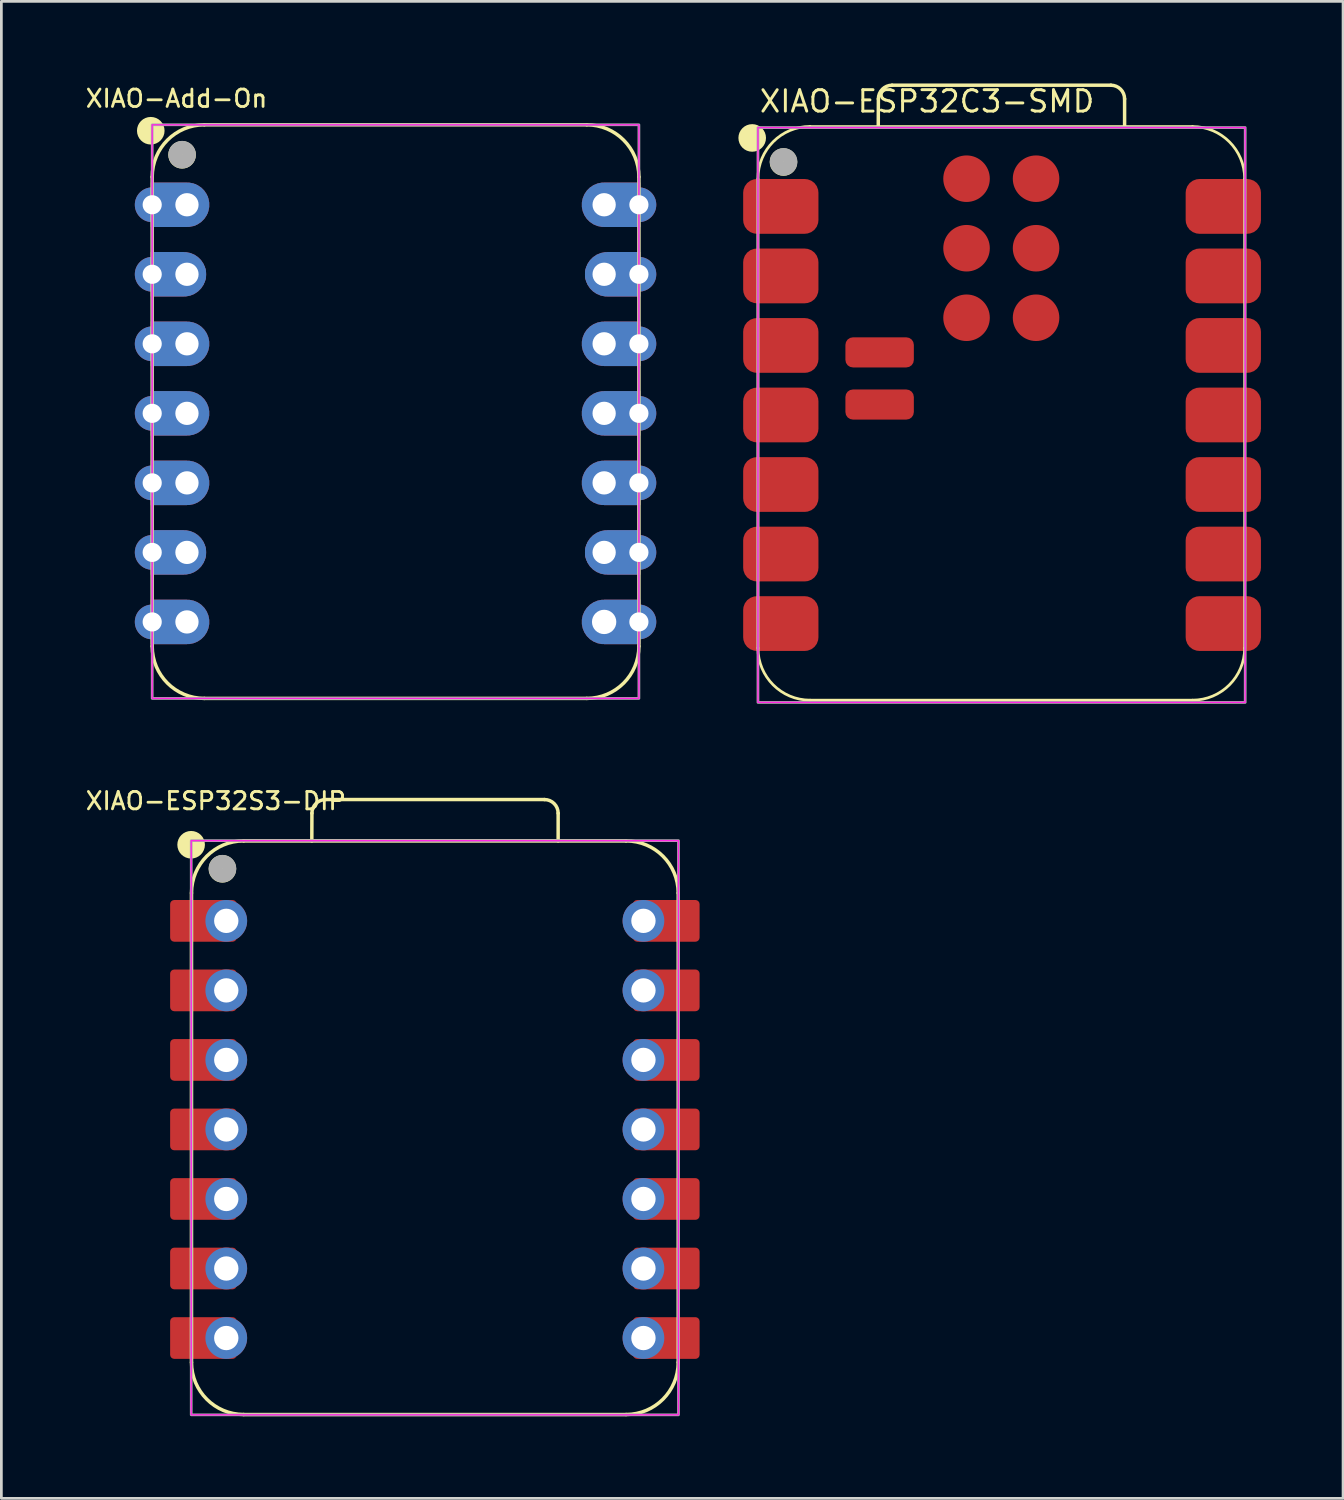
<source format=kicad_pcb>
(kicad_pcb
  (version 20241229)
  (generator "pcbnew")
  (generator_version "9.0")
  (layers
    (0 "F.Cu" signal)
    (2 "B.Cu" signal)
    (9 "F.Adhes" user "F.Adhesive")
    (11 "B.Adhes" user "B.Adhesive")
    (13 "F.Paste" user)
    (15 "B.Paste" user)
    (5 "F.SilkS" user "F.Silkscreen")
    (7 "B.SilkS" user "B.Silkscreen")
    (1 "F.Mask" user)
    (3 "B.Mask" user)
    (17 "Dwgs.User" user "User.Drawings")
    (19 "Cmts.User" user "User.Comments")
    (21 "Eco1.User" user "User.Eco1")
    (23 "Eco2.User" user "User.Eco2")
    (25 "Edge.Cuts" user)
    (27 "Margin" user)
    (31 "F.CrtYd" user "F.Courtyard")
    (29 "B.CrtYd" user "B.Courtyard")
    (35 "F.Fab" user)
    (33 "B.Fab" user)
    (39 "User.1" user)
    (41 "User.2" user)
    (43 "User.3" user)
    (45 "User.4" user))
  (footprint "XIAO-ESP32S3-DIP"
    (layer "F.Cu")
    (at 12.836 38.21)
    (property "Reference" "XIAO-ESP32S3-DIP" (at -8 -12 0) (unlocked yes) (layer "F.SilkS") (effects (font (size 0.635 0.635) (thickness 0.102))))
    (attr smd)
    (fp_line (start -8.89 8.509) (end -8.89 -8.636) (stroke (width 0.127) (type solid)) (layer "F.SilkS"))
    (fp_line (start -6.985 10.414) (end 6.985 10.414) (stroke (width 0.127) (type solid)) (layer "F.SilkS"))
    (fp_line (start -4.495 -10.541) (end -4.491 -11.551) (stroke (width 0.127) (type solid)) (layer "F.SilkS"))
    (fp_line (start -3.991 -12.051) (end 4.004 -12.051) (stroke (width 0.127) (type solid)) (layer "F.SilkS"))
    (fp_line (start 4.504 -11.551) (end 4.504 -10.541) (stroke (width 0.127) (type solid)) (layer "F.SilkS"))
    (fp_line (start 6.985 -10.541) (end -6.985 -10.541) (stroke (width 0.1) (type solid)) (layer "F.SilkS"))
    (fp_line (start 6.985 -10.541) (end -6.985 -10.541) (stroke (width 0.127) (type solid)) (layer "F.SilkS"))
    (fp_line (start 8.89 8.509) (end 8.89 -8.636) (stroke (width 0.127) (type solid)) (layer "F.SilkS"))
    (fp_arc (start -8.89 -8.636) (mid -8.332038 -9.983038) (end -6.985 -10.541) (stroke (width 0.127) (type solid)) (layer "F.SilkS"))
    (fp_arc (start -6.985 10.414) (mid -8.332038 9.856038) (end -8.89 8.509) (stroke (width 0.127) (type solid)) (layer "F.SilkS"))
    (fp_arc (start -4.491272 -11.551272) (mid -4.344728 -11.90464) (end -3.991272 -12.051) (stroke (width 0.127) (type default)) (layer "F.SilkS"))
    (fp_arc (start 4.004 -12.051) (mid 4.357553 -11.904553) (end 4.504 -11.551) (stroke (width 0.127) (type default)) (layer "F.SilkS"))
    (fp_arc (start 6.985 -10.541) (mid 8.332038 -9.983038) (end 8.89 -8.636) (stroke (width 0.127) (type solid)) (layer "F.SilkS"))
    (fp_arc (start 8.89 8.509) (mid 8.332038 9.856038) (end 6.985 10.414) (stroke (width 0.127) (type solid)) (layer "F.SilkS"))
    (fp_circle (center -8.904 -10.4) (end -8.904 -10.654) (stroke (width 0.5) (type solid)) (fill yes) (layer "F.SilkS"))
    (fp_circle (center -7.761 -9.52) (end -7.761 -9.774) (stroke (width 0.5) (type solid)) (fill yes) (layer "F.SilkS"))
    (fp_rect (start -8.9 -10.55) (end 8.9 10.425) (stroke (width 0.05) (type default)) (fill no) (layer "F.CrtYd"))
    (fp_rect (start -8.9 -10.55) (end 8.9 10.425) (stroke (width 0.1) (type default)) (fill no) (layer "F.Fab"))
    (fp_circle (center -7.758 -9.526) (end -7.758 -9.78) (stroke (width 0.5) (type solid)) (fill no) (layer "F.Fab"))
    (pad "1" smd roundrect (at -8.455 -7.62 180) (size 2.432 1.524) (layers "F.Cu" "F.Mask") (roundrect_rratio 0.1))
    (pad "1" thru_hole circle (at -7.62 -7.62 180) (size 1.524 1.524) (drill 0.889) (layers "*.Cu" "*.Mask"))
    (pad "2" smd roundrect (at -8.455 -5.08 180) (size 2.432 1.524) (layers "F.Cu" "F.Mask") (roundrect_rratio 0.1))
    (pad "2" thru_hole circle (at -7.62 -5.08 180) (size 1.524 1.524) (drill 0.889) (layers "*.Cu" "*.Mask"))
    (pad "3" smd roundrect (at -8.455 -2.54 180) (size 2.432 1.524) (layers "F.Cu" "F.Mask") (roundrect_rratio 0.1))
    (pad "3" thru_hole circle (at -7.62 -2.54 180) (size 1.524 1.524) (drill 0.889) (layers "*.Cu" "*.Mask"))
    (pad "4" smd roundrect (at -8.455 0 180) (size 2.432 1.524) (layers "F.Cu" "F.Mask") (roundrect_rratio 0.1))
    (pad "4" thru_hole circle (at -7.62 0 180) (size 1.524 1.524) (drill 0.889) (layers "*.Cu" "*.Mask"))
    (pad "5" smd roundrect (at -8.455 2.54 180) (size 2.432 1.524) (layers "F.Cu" "F.Mask") (roundrect_rratio 0.1))
    (pad "5" thru_hole circle (at -7.62 2.54 180) (size 1.524 1.524) (drill 0.889) (layers "*.Cu" "*.Mask"))
    (pad "6" smd roundrect (at -8.455 5.08 180) (size 2.432 1.524) (layers "F.Cu" "F.Mask") (roundrect_rratio 0.1))
    (pad "6" thru_hole circle (at -7.62 5.08 180) (size 1.524 1.524) (drill 0.889) (layers "*.Cu" "*.Mask"))
    (pad "7" smd roundrect (at -8.455 7.62 180) (size 2.432 1.524) (layers "F.Cu" "F.Mask") (roundrect_rratio 0.1))
    (pad "7" thru_hole circle (at -7.62 7.62 180) (size 1.524 1.524) (drill 0.889) (layers "*.Cu" "*.Mask"))
    (pad "8" thru_hole circle (at 7.62 7.62) (size 1.524 1.524) (drill 0.889) (layers "*.Cu" "*.Mask"))
    (pad "8" smd roundrect (at 8.455 7.62) (size 2.432 1.524) (layers "F.Cu" "F.Mask") (roundrect_rratio 0.1))
    (pad "9" thru_hole circle (at 7.62 5.08) (size 1.524 1.524) (drill 0.889) (layers "*.Cu" "*.Mask"))
    (pad "9" smd roundrect (at 8.455 5.08) (size 2.432 1.524) (layers "F.Cu" "F.Mask") (roundrect_rratio 0.1))
    (pad "10" thru_hole circle (at 7.62 2.54) (size 1.524 1.524) (drill 0.889) (layers "*.Cu" "*.Mask"))
    (pad "10" smd roundrect (at 8.455 2.54) (size 2.432 1.524) (layers "F.Cu" "F.Mask") (roundrect_rratio 0.1))
    (pad "11" thru_hole circle (at 7.62 0) (size 1.524 1.524) (drill 0.889) (layers "*.Cu" "*.Mask"))
    (pad "11" smd roundrect (at 8.455 0) (size 2.432 1.524) (layers "F.Cu" "F.Mask") (roundrect_rratio 0.1))
    (pad "12" thru_hole circle (at 7.62 -2.54) (size 1.524 1.524) (drill 0.889) (layers "*.Cu" "*.Mask"))
    (pad "12" smd roundrect (at 8.455 -2.54) (size 2.432 1.524) (layers "F.Cu" "F.Mask") (roundrect_rratio 0.1))
    (pad "13" thru_hole circle (at 7.62 -5.08) (size 1.524 1.524) (drill 0.889) (layers "*.Cu" "*.Mask"))
    (pad "13" smd roundrect (at 8.455 -5.08) (size 2.432 1.524) (layers "F.Cu" "F.Mask") (roundrect_rratio 0.1))
    (pad "14" thru_hole circle (at 7.62 -7.62) (size 1.524 1.524) (drill 0.889) (layers "*.Cu" "*.Mask"))
    (pad "14" smd roundrect (at 8.455 -7.62) (size 2.432 1.524) (layers "F.Cu" "F.Mask") (roundrect_rratio 0.1)))
  (footprint "XIAO-ESP32C3-SMD"
    (layer "F.Cu")
    (at 33.474 12.07)
    (property "Reference" "XIAO-ESP32C3-SMD" (at -8.835 -10.96 0) (layer "F.SilkS") (effects (font (size 0.782 0.782) (thickness 0.107)) (justify left bottom)))
    (fp_line (start -8.835 8.553) (end -8.835 -8.592) (stroke (width 0.1) (type solid)) (layer "F.SilkS"))
    (fp_line (start -6.93 10.458) (end 7.04 10.458) (stroke (width 0.1) (type solid)) (layer "F.SilkS"))
    (fp_line (start -4.44 -10.497) (end -4.436 -11.507) (stroke (width 0.127) (type solid)) (layer "F.SilkS"))
    (fp_line (start -3.936 -12.007) (end 4.059 -12.007) (stroke (width 0.127) (type solid)) (layer "F.SilkS"))
    (fp_line (start 4.559 -11.507) (end 4.559 -10.497) (stroke (width 0.127) (type solid)) (layer "F.SilkS"))
    (fp_line (start 7.04 -10.497) (end -6.93 -10.497) (stroke (width 0.1) (type solid)) (layer "F.SilkS"))
    (fp_line (start 8.945 8.553) (end 8.945 -8.592) (stroke (width 0.1) (type solid)) (layer "F.SilkS"))
    (fp_arc (start -8.835 -8.596) (mid -8.277038 -9.943038) (end -6.93 -10.501) (stroke (width 0.1) (type solid)) (layer "F.SilkS"))
    (fp_arc (start -6.93 10.458) (mid -8.277038 9.900038) (end -8.835 8.553) (stroke (width 0.1) (type solid)) (layer "F.SilkS"))
    (fp_arc (start -4.436272 -11.507272) (mid -4.289724 -11.860644) (end -3.936272 -12.007) (stroke (width 0.127) (type default)) (layer "F.SilkS"))
    (fp_arc (start 4.059 -12.007) (mid 4.412553 -11.860553) (end 4.559 -11.507) (stroke (width 0.127) (type default)) (layer "F.SilkS"))
    (fp_arc (start 7.04 -10.497) (mid 8.387038 -9.939038) (end 8.945 -8.592) (stroke (width 0.1) (type solid)) (layer "F.SilkS"))
    (fp_arc (start 8.945 8.553) (mid 8.387038 9.900038) (end 7.04 10.458) (stroke (width 0.1) (type solid)) (layer "F.SilkS"))
    (fp_circle (center -9.045 -10.081) (end -9.045 -10.335) (stroke (width 0.5) (type solid)) (fill yes) (layer "F.SilkS"))
    (fp_circle (center -7.902 -9.201) (end -7.902 -9.455) (stroke (width 0.5) (type solid)) (fill yes) (layer "F.SilkS"))
    (fp_rect (start 8.965 10.54) (end -8.835 -10.46) (stroke (width 0.05) (type default)) (fill no) (layer "F.CrtYd"))
    (fp_rect (start -8.835 -10.46) (end 8.965 10.54) (stroke (width 0.1) (type default)) (fill no) (layer "F.Fab"))
    (fp_circle (center -7.899 -9.207) (end -7.899 -9.461) (stroke (width 0.5) (type solid)) (fill no) (layer "F.Fab"))
    (pad "1" smd roundrect (at -8 -7.58) (size 2.75 2) (layers "F.Cu" "F.Mask" "F.Paste") (roundrect_rratio 0.25))
    (pad "2" smd roundrect (at -8 -5.04) (size 2.75 2) (layers "F.Cu" "F.Mask" "F.Paste") (roundrect_rratio 0.25))
    (pad "3" smd roundrect (at -8 -2.5) (size 2.75 2) (layers "F.Cu" "F.Mask" "F.Paste") (roundrect_rratio 0.25))
    (pad "4" smd roundrect (at -8 0.04) (size 2.75 2) (layers "F.Cu" "F.Mask" "F.Paste") (roundrect_rratio 0.25))
    (pad "5" smd roundrect (at -8 2.58) (size 2.75 2) (layers "F.Cu" "F.Mask" "F.Paste") (roundrect_rratio 0.25))
    (pad "6" smd roundrect (at -8 5.12) (size 2.75 2) (layers "F.Cu" "F.Mask" "F.Paste") (roundrect_rratio 0.25))
    (pad "7" smd roundrect (at -8 7.66) (size 2.75 2) (layers "F.Cu" "F.Mask" "F.Paste") (roundrect_rratio 0.25))
    (pad "8" smd roundrect (at 8.165 7.66) (size 2.75 2) (layers "F.Cu" "F.Mask" "F.Paste") (roundrect_rratio 0.25))
    (pad "9" smd roundrect (at 8.165 5.12) (size 2.75 2) (layers "F.Cu" "F.Mask" "F.Paste") (roundrect_rratio 0.25))
    (pad "10" smd roundrect (at 8.165 2.58) (size 2.75 2) (layers "F.Cu" "F.Mask" "F.Paste") (roundrect_rratio 0.25))
    (pad "11" smd roundrect (at 8.165 0.04) (size 2.75 2) (layers "F.Cu" "F.Mask" "F.Paste") (roundrect_rratio 0.25))
    (pad "12" smd roundrect (at 8.165 -2.5) (size 2.75 2) (layers "F.Cu" "F.Mask" "F.Paste") (roundrect_rratio 0.25))
    (pad "13" smd roundrect (at 8.165 -5.04) (size 2.75 2) (layers "F.Cu" "F.Mask" "F.Paste") (roundrect_rratio 0.25))
    (pad "14" smd roundrect (at 8.165 -7.58) (size 2.75 2) (layers "F.Cu" "F.Mask" "F.Paste") (roundrect_rratio 0.25))
    (pad "15" smd roundrect (at -4.39 -0.342 180) (size 2.5 1.1) (layers "F.Cu" "F.Mask" "F.Paste") (roundrect_rratio 0.25))
    (pad "16" smd roundrect (at -4.39 -2.247 180) (size 2.5 1.1) (layers "F.Cu" "F.Mask" "F.Paste") (roundrect_rratio 0.25))
    (pad "17" smd circle (at -1.215 -8.592) (size 1.7 1.7) (layers "F.Cu" "F.Mask" "F.Paste"))
    (pad "18" smd circle (at 1.325 -8.592) (size 1.7 1.7) (layers "F.Cu" "F.Mask" "F.Paste"))
    (pad "19" smd circle (at -1.215 -6.052) (size 1.7 1.7) (layers "F.Cu" "F.Mask" "F.Paste"))
    (pad "20" smd circle (at 1.325 -6.052) (size 1.7 1.7) (layers "F.Cu" "F.Mask" "F.Paste"))
    (pad "21" smd circle (at -1.215 -3.512) (size 1.7 1.7) (layers "F.Cu" "F.Mask" "F.Paste"))
    (pad "22" smd circle (at 1.325 -3.512) (size 1.7 1.7) (layers "F.Cu" "F.Mask" "F.Paste")))
  (footprint "XIAO-Add-On"
    (layer "F.Cu")
    (at 11.4 12.05)
    (property "Reference" "XIAO-Add-On" (at -8 -11.5 0) (unlocked yes) (layer "F.SilkS") (effects (font (size 0.635 0.635) (thickness 0.102))))
    (attr smd)
    (fp_line (start -8.89 8.509) (end -8.89 -8.636) (stroke (width 0.127) (type solid)) (layer "F.SilkS"))
    (fp_line (start -6.985 10.414) (end 6.985 10.414) (stroke (width 0.127) (type solid)) (layer "F.SilkS"))
    (fp_line (start 6.985 -10.541) (end -6.985 -10.541) (stroke (width 0.127) (type solid)) (layer "F.SilkS"))
    (fp_line (start 8.89 8.509) (end 8.89 -8.636) (stroke (width 0.127) (type solid)) (layer "F.SilkS"))
    (fp_arc (start -8.89 -8.636) (mid -8.332038 -9.983038) (end -6.985 -10.541) (stroke (width 0.127) (type solid)) (layer "F.SilkS"))
    (fp_arc (start -6.985 10.414) (mid -8.332038 9.856038) (end -8.89 8.509) (stroke (width 0.127) (type solid)) (layer "F.SilkS"))
    (fp_arc (start 6.985 -10.541) (mid 8.332038 -9.983038) (end 8.89 -8.636) (stroke (width 0.127) (type solid)) (layer "F.SilkS"))
    (fp_arc (start 8.89 8.509) (mid 8.332038 9.856038) (end 6.985 10.414) (stroke (width 0.127) (type solid)) (layer "F.SilkS"))
    (fp_circle (center -8.942 -10.324) (end -8.942 -10.578) (stroke (width 0.5) (type solid)) (fill yes) (layer "F.SilkS"))
    (fp_circle (center -7.799 -9.444) (end -7.799 -9.698) (stroke (width 0.5) (type solid)) (fill yes) (layer "F.SilkS"))
    (fp_rect (start -8.89 -10.541) (end 8.89 10.414) (stroke (width 0.05) (type default)) (fill no) (layer "F.CrtYd"))
    (fp_rect (start -8.89 -10.541) (end 8.89 10.414) (stroke (width 0.1) (type default)) (fill no) (layer "F.Fab"))
    (fp_circle (center -7.796 -9.45) (end -7.796 -9.704) (stroke (width 0.5) (type solid)) (fill no) (layer "F.Fab"))
    (fp_circle (center -7.62 7.62) (end -7.62 7.493) (stroke (width 0.025) (type default)) (fill no) (layer "User.1"))
    (fp_circle (center 7.62 -7.62) (end 7.62 -7.493) (stroke (width 0.025) (type default)) (fill no) (layer "User.1"))
    (pad "1" thru_hole circle (at -8.89 -7.62 270) (size 1.27 1.27) (drill 0.7) (layers "*.Cu" "*.Mask"))
    (pad "1" smd custom (at -8.278 -7.62 90) (size 1.626 1.325) (layers "F.Cu" "F.Mask" "F.Paste") (options (anchor rect)) (primitives (gr_circle (center 0 0.663) (end 0.813 0.663) (width 0) (fill yes))))
    (pad "1" smd custom (at -8.278 -7.62 90) (size 1.626 1.325) (layers "B.Cu" "B.Mask" "B.Paste") (options (anchor rect)) (primitives (gr_circle (center 0 0.663) (end -0.813 0.663) (width 0) (fill yes))))
    (pad "1" thru_hole roundrect (at -7.62 -7.62) (size 1.5 1.5) (drill 0.85) (layers "*.Cu" "*.Mask") (roundrect_rratio 0.25) (chamfer_ratio 0.293) (chamfer top_left top_right bottom_left bottom_right))
    (pad "2" thru_hole circle (at -8.89 -5.08 270) (size 1.27 1.27) (drill 0.7) (layers "*.Cu" "*.Mask"))
    (pad "2" smd custom (at -8.337 -5.08 90) (size 1.626 1.208) (layers "F.Cu" "F.Mask" "F.Paste") (options (anchor rect)) (primitives (gr_circle (center 0 0.605) (end 0.813 0.605) (width 0) (fill yes))))
    (pad "2" smd custom (at -8.337 -5.08 90) (size 1.626 1.208) (layers "B.Cu" "B.Mask" "B.Paste") (options (anchor rect)) (primitives (gr_circle (center 0 0.605) (end -0.813 0.605) (width 0) (fill yes))))
    (pad "2" thru_hole circle (at -7.62 -5.08) (size 1.4 1.4) (drill 0.85) (layers "*.Cu"))
    (pad "3" thru_hole circle (at -8.89 -2.54 270) (size 1.27 1.27) (drill 0.7) (layers "*.Cu" "*.Mask"))
    (pad "3" smd custom (at -8.278 -2.54 90) (size 1.626 1.325) (layers "F.Cu" "F.Mask" "F.Paste") (options (anchor rect)) (primitives (gr_circle (center 0 0.663) (end 0.813 0.663) (width 0) (fill yes))))
    (pad "3" smd custom (at -8.278 -2.54 90) (size 1.626 1.325) (layers "B.Cu" "B.Mask" "B.Paste") (options (anchor rect)) (primitives (gr_circle (center 0 0.663) (end -0.813 0.663) (width 0) (fill yes))))
    (pad "3" thru_hole circle (at -7.62 -2.54) (size 1.5 1.5) (drill 0.85) (layers "*.Cu" "*.Mask"))
    (pad "4" thru_hole circle (at -8.89 0 270) (size 1.27 1.27) (drill 0.7) (layers "*.Cu" "*.Mask"))
    (pad "4" smd custom (at -8.278 0 90) (size 1.626 1.325) (layers "F.Cu" "F.Mask" "F.Paste") (options (anchor rect)) (primitives (gr_circle (center 0 0.663) (end 0.813 0.663) (width 0) (fill yes))))
    (pad "4" smd custom (at -8.278 0 90) (size 1.626 1.325) (layers "B.Cu" "B.Mask" "B.Paste") (options (anchor rect)) (primitives (gr_circle (center 0 0.663) (end -0.813 0.663) (width 0) (fill yes))))
    (pad "4" thru_hole circle (at -7.62 0) (size 1.5 1.5) (drill 0.85) (layers "*.Cu" "*.Mask"))
    (pad "5" thru_hole circle (at -8.89 2.54 270) (size 1.27 1.27) (drill 0.7) (layers "*.Cu" "*.Mask"))
    (pad "5" smd custom (at -8.278 2.54 90) (size 1.626 1.325) (layers "F.Cu" "F.Mask" "F.Paste") (options (anchor rect)) (primitives (gr_circle (center 0 0.663) (end 0.813 0.663) (width 0) (fill yes))))
    (pad "5" smd custom (at -8.278 2.54 90) (size 1.626 1.325) (layers "B.Cu" "B.Mask" "B.Paste") (options (anchor rect)) (primitives (gr_circle (center 0 0.663) (end -0.813 0.663) (width 0) (fill yes))))
    (pad "5" thru_hole circle (at -7.62 2.54) (size 1.5 1.5) (drill 0.85) (layers "*.Cu" "*.Mask"))
    (pad "6" thru_hole circle (at -8.89 5.08 270) (size 1.27 1.27) (drill 0.7) (layers "*.Cu" "*.Mask"))
    (pad "6" smd custom (at -8.337 5.08 90) (size 1.626 1.208) (layers "F.Cu" "F.Mask" "F.Paste") (options (anchor rect)) (primitives (gr_circle (center 0 0.605) (end 0.813 0.605) (width 0) (fill yes))))
    (pad "6" smd custom (at -8.337 5.08 90) (size 1.626 1.208) (layers "B.Cu" "B.Mask" "B.Paste") (options (anchor rect)) (primitives (gr_circle (center 0 0.605) (end -0.813 0.605) (width 0) (fill yes))))
    (pad "6" thru_hole circle (at -7.62 5.08) (size 1.4 1.4) (drill 0.85) (layers "*.Cu"))
    (pad "7" thru_hole circle (at -8.89 7.62 270) (size 1.27 1.27) (drill 0.7) (layers "*.Cu" "*.Mask"))
    (pad "7" smd custom (at -8.278 7.62 90) (size 1.626 1.325) (layers "F.Cu" "F.Mask" "F.Paste") (options (anchor rect)) (primitives (gr_circle (center 0 0.663) (end 0.813 0.663) (width 0) (fill yes))))
    (pad "7" smd custom (at -8.278 7.62 90) (size 1.626 1.325) (layers "B.Cu" "B.Mask" "B.Paste") (options (anchor rect)) (primitives (gr_circle (center 0 0.663) (end -0.813 0.663) (width 0) (fill yes))))
    (pad "7" thru_hole circle (at -7.62 7.62) (size 1.5 1.5) (drill 0.85) (layers "*.Cu" "*.Mask"))
    (pad "8" thru_hole circle (at 7.62 7.62) (size 1.524 1.524) (drill 0.889) (layers "*.Cu" "*.Mask"))
    (pad "8" smd custom (at 8.278 7.62 270) (size 1.626 1.325) (layers "F.Cu" "F.Mask" "F.Paste") (options (anchor rect)) (primitives (gr_circle (center 0 0.663) (end 0.813 0.663) (width 0) (fill yes))))
    (pad "8" smd custom (at 8.278 7.62 270) (size 1.626 1.325) (layers "B.Cu" "B.Mask" "B.Paste") (options (anchor rect)) (primitives (gr_circle (center 0 0.663) (end -0.813 0.663) (width 0) (fill yes))))
    (pad "8" thru_hole circle (at 8.89 7.62 90) (size 1.27 1.27) (drill 0.7) (layers "*.Cu" "*.Mask"))
    (pad "9" thru_hole circle (at 7.62 5.08 180) (size 1.4 1.4) (drill 0.85) (layers "*.Cu"))
    (pad "9" smd custom (at 8.337 5.08 270) (size 1.626 1.208) (layers "F.Cu" "F.Mask" "F.Paste") (options (anchor rect)) (primitives (gr_circle (center 0 0.605) (end 0.813 0.605) (width 0) (fill yes))))
    (pad "9" smd custom (at 8.337 5.08 270) (size 1.626 1.208) (layers "B.Cu" "B.Mask" "B.Paste") (options (anchor rect)) (primitives (gr_circle (center 0 0.605) (end -0.813 0.605) (width 0) (fill yes))))
    (pad "9" thru_hole circle (at 8.89 5.08 90) (size 1.27 1.27) (drill 0.7) (layers "*.Cu" "*.Mask"))
    (pad "10" thru_hole circle (at 7.62 2.54 180) (size 1.5 1.5) (drill 0.85) (layers "*.Cu" "*.Mask"))
    (pad "10" smd custom (at 8.278 2.54 270) (size 1.626 1.325) (layers "F.Cu" "F.Mask" "F.Paste") (options (anchor rect)) (primitives (gr_circle (center 0 0.663) (end 0.813 0.663) (width 0) (fill yes))))
    (pad "10" smd custom (at 8.278 2.54 270) (size 1.626 1.325) (layers "B.Cu" "B.Mask" "B.Paste") (options (anchor rect)) (primitives (gr_circle (center 0 0.663) (end -0.813 0.663) (width 0) (fill yes))))
    (pad "10" thru_hole circle (at 8.89 2.54 90) (size 1.27 1.27) (drill 0.7) (layers "*.Cu" "*.Mask"))
    (pad "11" thru_hole circle (at 7.62 0 180) (size 1.5 1.5) (drill 0.85) (layers "*.Cu" "*.Mask"))
    (pad "11" smd custom (at 8.278 0 270) (size 1.626 1.325) (layers "F.Cu" "F.Mask" "F.Paste") (options (anchor rect)) (primitives (gr_circle (center 0 0.663) (end 0.813 0.663) (width 0) (fill yes))))
    (pad "11" smd custom (at 8.278 0 270) (size 1.626 1.325) (layers "B.Cu" "B.Mask" "B.Paste") (options (anchor rect)) (primitives (gr_circle (center 0 0.663) (end -0.813 0.663) (width 0) (fill yes))))
    (pad "11" thru_hole circle (at 8.89 0 90) (size 1.27 1.27) (drill 0.7) (layers "*.Cu" "*.Mask"))
    (pad "12" thru_hole circle (at 7.62 -2.54 180) (size 1.5 1.5) (drill 0.85) (layers "*.Cu" "*.Mask"))
    (pad "12" smd custom (at 8.278 -2.54 270) (size 1.626 1.325) (layers "F.Cu" "F.Mask" "F.Paste") (options (anchor rect)) (primitives (gr_circle (center 0 0.663) (end 0.813 0.663) (width 0) (fill yes))))
    (pad "12" smd custom (at 8.278 -2.54 270) (size 1.626 1.325) (layers "B.Cu" "B.Mask" "B.Paste") (options (anchor rect)) (primitives (gr_circle (center 0 0.663) (end -0.813 0.663) (width 0) (fill yes))))
    (pad "12" thru_hole circle (at 8.89 -2.54 90) (size 1.27 1.27) (drill 0.7) (layers "*.Cu" "*.Mask"))
    (pad "13" thru_hole circle (at 7.62 -5.08 180) (size 1.4 1.4) (drill 0.85) (layers "*.Cu"))
    (pad "13" smd custom (at 8.337 -5.08 270) (size 1.626 1.208) (layers "F.Cu" "F.Mask" "F.Paste") (options (anchor rect)) (primitives (gr_circle (center 0 0.605) (end 0.813 0.605) (width 0) (fill yes))))
    (pad "13" smd custom (at 8.337 -5.08 270) (size 1.626 1.208) (layers "B.Cu" "B.Mask" "B.Paste") (options (anchor rect)) (primitives (gr_circle (center 0 0.605) (end -0.813 0.605) (width 0) (fill yes))))
    (pad "13" thru_hole circle (at 8.89 -5.08 90) (size 1.27 1.27) (drill 0.7) (layers "*.Cu" "*.Mask"))
    (pad "14" thru_hole circle (at 7.62 -7.62 180) (size 1.5 1.5) (drill 0.85) (layers "*.Cu" "*.Mask"))
    (pad "14" smd custom (at 8.278 -7.62 270) (size 1.626 1.325) (layers "F.Cu" "F.Mask" "F.Paste") (options (anchor rect)) (primitives (gr_circle (center 0 0.663) (end 0.813 0.663) (width 0) (fill yes))))
    (pad "14" smd custom (at 8.278 -7.62 270) (size 1.626 1.325) (layers "B.Cu" "B.Mask" "B.Paste") (options (anchor rect)) (primitives (gr_circle (center 0 0.663) (end -0.813 0.663) (width 0) (fill yes))))
    (pad "14" thru_hole circle (at 8.89 -7.62 90) (size 1.27 1.27) (drill 0.7) (layers "*.Cu" "*.Mask")))
  (gr_rect
    (start -3 -3)
    (end 46.014 51.688)
    (stroke (width 0.1) (type default))
    (fill no)
    (layer "Edge.Cuts")))
</source>
